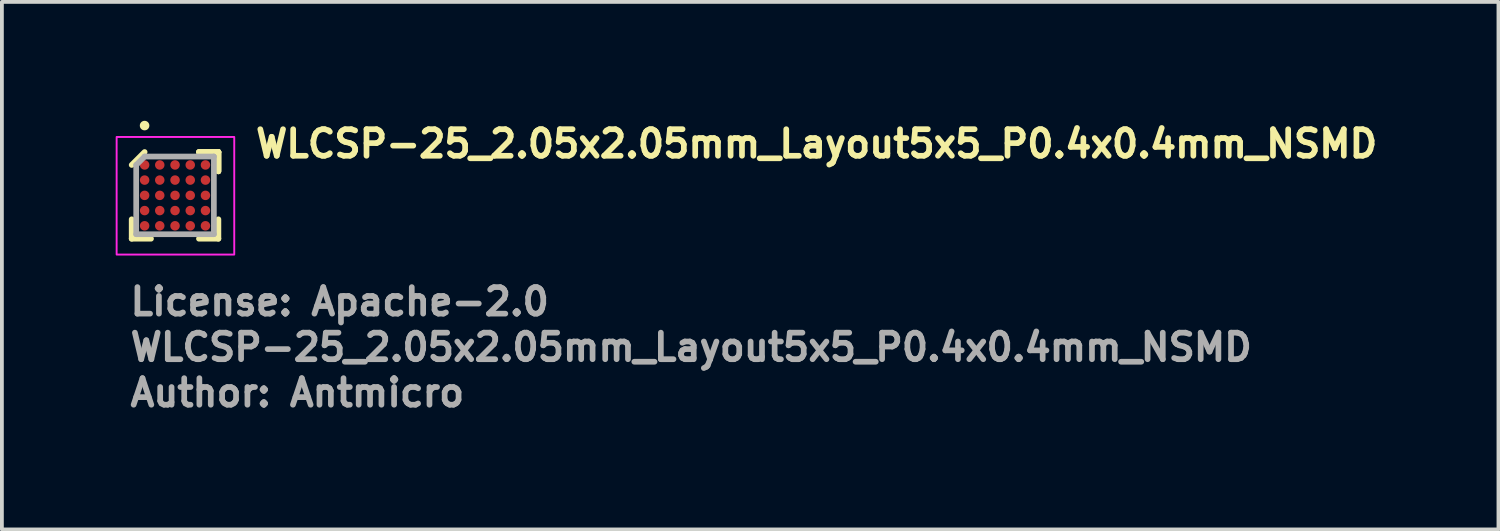
<source format=kicad_pcb>
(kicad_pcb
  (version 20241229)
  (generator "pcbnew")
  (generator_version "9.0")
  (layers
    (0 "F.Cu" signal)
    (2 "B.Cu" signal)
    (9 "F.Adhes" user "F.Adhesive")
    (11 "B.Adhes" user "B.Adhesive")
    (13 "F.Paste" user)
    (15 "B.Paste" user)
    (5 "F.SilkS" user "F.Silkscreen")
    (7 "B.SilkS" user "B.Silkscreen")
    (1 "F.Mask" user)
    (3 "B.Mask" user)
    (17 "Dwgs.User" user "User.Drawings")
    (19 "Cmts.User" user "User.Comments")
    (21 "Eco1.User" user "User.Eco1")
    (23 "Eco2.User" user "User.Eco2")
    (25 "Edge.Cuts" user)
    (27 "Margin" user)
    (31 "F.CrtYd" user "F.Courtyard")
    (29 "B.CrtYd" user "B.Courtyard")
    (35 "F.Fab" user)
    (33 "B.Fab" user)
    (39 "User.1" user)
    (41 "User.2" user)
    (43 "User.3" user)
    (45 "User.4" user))
  (footprint "WLCSP-25_2.05x2.05mm_Layout5x5_P0.4x0.4mm_NSMD"
    (layer "F.Cu")
    (at 1.576 2.112)
    (property "Reference" "WLCSP-25_2.05x2.05mm_Layout5x5_P0.4x0.4mm_NSMD" (at 2.038 -0.962 0) (layer "F.SilkS") (effects (font (size 0.7 0.7) (thickness 0.15)) (justify left bottom)))
    (attr smd)
    (fp_line (start -1.154 1.132) (end -1.154 0.62) (stroke (width 0.15) (type solid)) (layer "F.SilkS"))
    (fp_line (start -0.813 -1.154) (end -1.154 -0.813) (stroke (width 0.15) (type solid)) (layer "F.SilkS"))
    (fp_line (start -0.645 1.132) (end -1.154 1.132) (stroke (width 0.15) (type solid)) (layer "F.SilkS"))
    (fp_line (start 0.62 -1.154) (end 1.132 -1.154) (stroke (width 0.15) (type solid)) (layer "F.SilkS"))
    (fp_line (start 0.62 -1.154) (end 1.132 -1.154) (stroke (width 0.15) (type solid)) (layer "F.SilkS"))
    (fp_line (start 0.62 -1.154) (end 1.132 -1.154) (stroke (width 0.15) (type solid)) (layer "F.SilkS"))
    (fp_line (start 0.62 1.132) (end 1.132 1.132) (stroke (width 0.15) (type solid)) (layer "F.SilkS"))
    (fp_line (start 1.132 -1.154) (end 1.132 -0.645) (stroke (width 0.15) (type solid)) (layer "F.SilkS"))
    (fp_line (start 1.132 -1.154) (end 1.132 -0.645) (stroke (width 0.15) (type solid)) (layer "F.SilkS"))
    (fp_line (start 1.132 -1.154) (end 1.132 -0.645) (stroke (width 0.15) (type solid)) (layer "F.SilkS"))
    (fp_line (start 1.132 1.132) (end 1.132 0.62) (stroke (width 0.15) (type solid)) (layer "F.SilkS"))
    (fp_circle (center -0.814 -1.851) (end -0.763 -1.851) (stroke (width 0.15) (type solid)) (fill yes) (layer "F.SilkS"))
    (fp_rect (start -1.551 -1.551) (end 1.55 1.55) (stroke (width 0.05) (type solid)) (fill no) (layer "F.CrtYd"))
    (fp_line (start -1.035 -0.813) (end -1.035 1.013) (stroke (width 0.15) (type solid)) (layer "F.Fab"))
    (fp_line (start -1.035 1.013) (end 1.013 1.013) (stroke (width 0.15) (type solid)) (layer "F.Fab"))
    (fp_line (start -0.813 -1.035) (end -1.035 -0.813) (stroke (width 0.15) (type solid)) (layer "F.Fab"))
    (fp_line (start 1.013 -1.035) (end -0.813 -1.035) (stroke (width 0.15) (type solid)) (layer "F.Fab"))
    (fp_line (start 1.013 1.013) (end 1.013 -1.035) (stroke (width 0.15) (type solid)) (layer "F.Fab"))
    (fp_rect (start -1.051 -1.051) (end 1.05 1.05) (stroke (width 0.1) (type solid)) (fill no) (layer "User.5"))
    (fp_rect (start -1.051 -1.051) (end 1.05 1.05) (stroke (width 0.1) (type solid)) (fill no) (layer "User.5"))
    (fp_line (start -1.051 -1.051) (end -1.051 1.05) (stroke (width 0.02) (type solid)) (layer "User.9"))
    (fp_line (start -1.051 -1.051) (end 1.05 -1.051) (stroke (width 0.02) (type solid)) (layer "User.9"))
    (fp_line (start -1.051 1.05) (end 1.05 1.05) (stroke (width 0.02) (type solid)) (layer "User.9"))
    (fp_line (start -0.951 -0.817) (end -0.951 -0.809) (stroke (width 0.02) (type solid)) (layer "User.9"))
    (fp_line (start -0.951 -0.809) (end -0.951 -0.802) (stroke (width 0.02) (type solid)) (layer "User.9"))
    (fp_line (start -0.951 -0.802) (end -0.951 -0.802) (stroke (width 0.02) (type solid)) (layer "User.9"))
    (fp_line (start -0.951 -0.802) (end -0.951 -0.802) (stroke (width 0.02) (type solid)) (layer "User.9"))
    (fp_line (start -0.951 -0.802) (end -0.951 -0.794) (stroke (width 0.02) (type solid)) (layer "User.9"))
    (fp_line (start -0.951 -0.794) (end -0.951 -0.786) (stroke (width 0.02) (type solid)) (layer "User.9"))
    (fp_line (start -0.951 -0.786) (end -0.95 -0.779) (stroke (width 0.02) (type solid)) (layer "User.9"))
    (fp_line (start -0.95 -0.824) (end -0.951 -0.817) (stroke (width 0.02) (type solid)) (layer "User.9"))
    (fp_line (start -0.95 -0.779) (end -0.948 -0.771) (stroke (width 0.02) (type solid)) (layer "User.9"))
    (fp_line (start -0.948 -0.832) (end -0.95 -0.824) (stroke (width 0.02) (type solid)) (layer "User.9"))
    (fp_line (start -0.948 -0.771) (end -0.947 -0.763) (stroke (width 0.02) (type solid)) (layer "User.9"))
    (fp_line (start -0.947 -0.838) (end -0.948 -0.832) (stroke (width 0.02) (type solid)) (layer "User.9"))
    (fp_line (start -0.947 -0.763) (end -0.945 -0.756) (stroke (width 0.02) (type solid)) (layer "User.9"))
    (fp_line (start -0.945 -0.845) (end -0.947 -0.838) (stroke (width 0.02) (type solid)) (layer "User.9"))
    (fp_line (start -0.945 -0.756) (end -0.942 -0.749) (stroke (width 0.02) (type solid)) (layer "User.9"))
    (fp_line (start -0.942 -0.852) (end -0.945 -0.845) (stroke (width 0.02) (type solid)) (layer "User.9"))
    (fp_line (start -0.942 -0.749) (end -0.94 -0.742) (stroke (width 0.02) (type solid)) (layer "User.9"))
    (fp_line (start -0.94 -0.859) (end -0.942 -0.852) (stroke (width 0.02) (type solid)) (layer "User.9"))
    (fp_line (start -0.94 -0.742) (end -0.937 -0.735) (stroke (width 0.02) (type solid)) (layer "User.9"))
    (fp_line (start -0.937 -0.866) (end -0.94 -0.859) (stroke (width 0.02) (type solid)) (layer "User.9"))
    (fp_line (start -0.937 -0.735) (end -0.933 -0.729) (stroke (width 0.02) (type solid)) (layer "User.9"))
    (fp_line (start -0.933 -0.872) (end -0.937 -0.866) (stroke (width 0.02) (type solid)) (layer "User.9"))
    (fp_line (start -0.933 -0.729) (end -0.93 -0.723) (stroke (width 0.02) (type solid)) (layer "User.9"))
    (fp_line (start -0.93 -0.878) (end -0.933 -0.872) (stroke (width 0.02) (type solid)) (layer "User.9"))
    (fp_line (start -0.93 -0.723) (end -0.926 -0.717) (stroke (width 0.02) (type solid)) (layer "User.9"))
    (fp_line (start -0.926 -0.884) (end -0.93 -0.878) (stroke (width 0.02) (type solid)) (layer "User.9"))
    (fp_line (start -0.926 -0.717) (end -0.922 -0.711) (stroke (width 0.02) (type solid)) (layer "User.9"))
    (fp_line (start -0.922 -0.89) (end -0.926 -0.884) (stroke (width 0.02) (type solid)) (layer "User.9"))
    (fp_line (start -0.922 -0.711) (end -0.917 -0.705) (stroke (width 0.02) (type solid)) (layer "User.9"))
    (fp_line (start -0.917 -0.896) (end -0.922 -0.89) (stroke (width 0.02) (type solid)) (layer "User.9"))
    (fp_line (start -0.917 -0.705) (end -0.913 -0.701) (stroke (width 0.02) (type solid)) (layer "User.9"))
    (fp_line (start -0.913 -0.902) (end -0.917 -0.896) (stroke (width 0.02) (type solid)) (layer "User.9"))
    (fp_line (start -0.913 -0.701) (end -0.908 -0.695) (stroke (width 0.02) (type solid)) (layer "User.9"))
    (fp_line (start -0.908 -0.908) (end -0.913 -0.902) (stroke (width 0.02) (type solid)) (layer "User.9"))
    (fp_line (start -0.908 -0.695) (end -0.902 -0.69) (stroke (width 0.02) (type solid)) (layer "User.9"))
    (fp_line (start -0.902 -0.913) (end -0.908 -0.908) (stroke (width 0.02) (type solid)) (layer "User.9"))
    (fp_line (start -0.902 -0.69) (end -0.896 -0.686) (stroke (width 0.02) (type solid)) (layer "User.9"))
    (fp_line (start -0.896 -0.917) (end -0.902 -0.913) (stroke (width 0.02) (type solid)) (layer "User.9"))
    (fp_line (start -0.896 -0.686) (end -0.89 -0.681) (stroke (width 0.02) (type solid)) (layer "User.9"))
    (fp_line (start -0.89 -0.922) (end -0.896 -0.917) (stroke (width 0.02) (type solid)) (layer "User.9"))
    (fp_line (start -0.89 -0.681) (end -0.884 -0.677) (stroke (width 0.02) (type solid)) (layer "User.9"))
    (fp_line (start -0.884 -0.926) (end -0.89 -0.922) (stroke (width 0.02) (type solid)) (layer "User.9"))
    (fp_line (start -0.884 -0.677) (end -0.878 -0.673) (stroke (width 0.02) (type solid)) (layer "User.9"))
    (fp_line (start -0.878 -0.93) (end -0.884 -0.926) (stroke (width 0.02) (type solid)) (layer "User.9"))
    (fp_line (start -0.878 -0.673) (end -0.872 -0.67) (stroke (width 0.02) (type solid)) (layer "User.9"))
    (fp_line (start -0.872 -0.933) (end -0.878 -0.93) (stroke (width 0.02) (type solid)) (layer "User.9"))
    (fp_line (start -0.872 -0.67) (end -0.866 -0.666) (stroke (width 0.02) (type solid)) (layer "User.9"))
    (fp_line (start -0.866 -0.937) (end -0.872 -0.933) (stroke (width 0.02) (type solid)) (layer "User.9"))
    (fp_line (start -0.866 -0.666) (end -0.859 -0.663) (stroke (width 0.02) (type solid)) (layer "User.9"))
    (fp_line (start -0.859 -0.94) (end -0.866 -0.937) (stroke (width 0.02) (type solid)) (layer "User.9"))
    (fp_line (start -0.859 -0.663) (end -0.852 -0.661) (stroke (width 0.02) (type solid)) (layer "User.9"))
    (fp_line (start -0.852 -0.942) (end -0.859 -0.94) (stroke (width 0.02) (type solid)) (layer "User.9"))
    (fp_line (start -0.852 -0.661) (end -0.845 -0.658) (stroke (width 0.02) (type solid)) (layer "User.9"))
    (fp_line (start -0.845 -0.945) (end -0.852 -0.942) (stroke (width 0.02) (type solid)) (layer "User.9"))
    (fp_line (start -0.845 -0.658) (end -0.838 -0.656) (stroke (width 0.02) (type solid)) (layer "User.9"))
    (fp_line (start -0.838 -0.947) (end -0.845 -0.945) (stroke (width 0.02) (type solid)) (layer "User.9"))
    (fp_line (start -0.838 -0.656) (end -0.832 -0.655) (stroke (width 0.02) (type solid)) (layer "User.9"))
    (fp_line (start -0.832 -0.948) (end -0.838 -0.947) (stroke (width 0.02) (type solid)) (layer "User.9"))
    (fp_line (start -0.832 -0.655) (end -0.824 -0.653) (stroke (width 0.02) (type solid)) (layer "User.9"))
    (fp_line (start -0.824 -0.95) (end -0.832 -0.948) (stroke (width 0.02) (type solid)) (layer "User.9"))
    (fp_line (start -0.824 -0.653) (end -0.817 -0.652) (stroke (width 0.02) (type solid)) (layer "User.9"))
    (fp_line (start -0.817 -0.951) (end -0.824 -0.95) (stroke (width 0.02) (type solid)) (layer "User.9"))
    (fp_line (start -0.817 -0.652) (end -0.809 -0.652) (stroke (width 0.02) (type solid)) (layer "User.9"))
    (fp_line (start -0.809 -0.951) (end -0.817 -0.951) (stroke (width 0.02) (type solid)) (layer "User.9"))
    (fp_line (start -0.809 -0.652) (end -0.802 -0.652) (stroke (width 0.02) (type solid)) (layer "User.9"))
    (fp_line (start -0.802 -0.951) (end -0.809 -0.951) (stroke (width 0.02) (type solid)) (layer "User.9"))
    (fp_line (start -0.802 -0.951) (end -0.802 -0.951) (stroke (width 0.02) (type solid)) (layer "User.9"))
    (fp_line (start -0.802 -0.652) (end -0.802 -0.652) (stroke (width 0.02) (type solid)) (layer "User.9"))
    (fp_line (start -0.802 -0.652) (end -0.794 -0.652) (stroke (width 0.02) (type solid)) (layer "User.9"))
    (fp_line (start -0.794 -0.951) (end -0.802 -0.951) (stroke (width 0.02) (type solid)) (layer "User.9"))
    (fp_line (start -0.794 -0.652) (end -0.786 -0.652) (stroke (width 0.02) (type solid)) (layer "User.9"))
    (fp_line (start -0.786 -0.951) (end -0.794 -0.951) (stroke (width 0.02) (type solid)) (layer "User.9"))
    (fp_line (start -0.786 -0.652) (end -0.779 -0.653) (stroke (width 0.02) (type solid)) (layer "User.9"))
    (fp_line (start -0.779 -0.95) (end -0.786 -0.951) (stroke (width 0.02) (type solid)) (layer "User.9"))
    (fp_line (start -0.779 -0.653) (end -0.771 -0.655) (stroke (width 0.02) (type solid)) (layer "User.9"))
    (fp_line (start -0.771 -0.948) (end -0.779 -0.95) (stroke (width 0.02) (type solid)) (layer "User.9"))
    (fp_line (start -0.771 -0.655) (end -0.763 -0.656) (stroke (width 0.02) (type solid)) (layer "User.9"))
    (fp_line (start -0.763 -0.947) (end -0.771 -0.948) (stroke (width 0.02) (type solid)) (layer "User.9"))
    (fp_line (start -0.763 -0.656) (end -0.756 -0.658) (stroke (width 0.02) (type solid)) (layer "User.9"))
    (fp_line (start -0.756 -0.945) (end -0.763 -0.947) (stroke (width 0.02) (type solid)) (layer "User.9"))
    (fp_line (start -0.756 -0.658) (end -0.749 -0.661) (stroke (width 0.02) (type solid)) (layer "User.9"))
    (fp_line (start -0.749 -0.942) (end -0.756 -0.945) (stroke (width 0.02) (type solid)) (layer "User.9"))
    (fp_line (start -0.749 -0.661) (end -0.742 -0.663) (stroke (width 0.02) (type solid)) (layer "User.9"))
    (fp_line (start -0.742 -0.94) (end -0.749 -0.942) (stroke (width 0.02) (type solid)) (layer "User.9"))
    (fp_line (start -0.742 -0.663) (end -0.735 -0.666) (stroke (width 0.02) (type solid)) (layer "User.9"))
    (fp_line (start -0.735 -0.937) (end -0.742 -0.94) (stroke (width 0.02) (type solid)) (layer "User.9"))
    (fp_line (start -0.735 -0.666) (end -0.729 -0.67) (stroke (width 0.02) (type solid)) (layer "User.9"))
    (fp_line (start -0.729 -0.933) (end -0.735 -0.937) (stroke (width 0.02) (type solid)) (layer "User.9"))
    (fp_line (start -0.729 -0.67) (end -0.723 -0.673) (stroke (width 0.02) (type solid)) (layer "User.9"))
    (fp_line (start -0.723 -0.93) (end -0.729 -0.933) (stroke (width 0.02) (type solid)) (layer "User.9"))
    (fp_line (start -0.723 -0.673) (end -0.717 -0.677) (stroke (width 0.02) (type solid)) (layer "User.9"))
    (fp_line (start -0.717 -0.926) (end -0.723 -0.93) (stroke (width 0.02) (type solid)) (layer "User.9"))
    (fp_line (start -0.717 -0.677) (end -0.711 -0.681) (stroke (width 0.02) (type solid)) (layer "User.9"))
    (fp_line (start -0.711 -0.922) (end -0.717 -0.926) (stroke (width 0.02) (type solid)) (layer "User.9"))
    (fp_line (start -0.711 -0.681) (end -0.705 -0.686) (stroke (width 0.02) (type solid)) (layer "User.9"))
    (fp_line (start -0.705 -0.917) (end -0.711 -0.922) (stroke (width 0.02) (type solid)) (layer "User.9"))
    (fp_line (start -0.705 -0.686) (end -0.701 -0.69) (stroke (width 0.02) (type solid)) (layer "User.9"))
    (fp_line (start -0.701 -0.913) (end -0.705 -0.917) (stroke (width 0.02) (type solid)) (layer "User.9"))
    (fp_line (start -0.701 -0.69) (end -0.695 -0.695) (stroke (width 0.02) (type solid)) (layer "User.9"))
    (fp_line (start -0.695 -0.908) (end -0.701 -0.913) (stroke (width 0.02) (type solid)) (layer "User.9"))
    (fp_line (start -0.695 -0.695) (end -0.69 -0.701) (stroke (width 0.02) (type solid)) (layer "User.9"))
    (fp_line (start -0.69 -0.902) (end -0.695 -0.908) (stroke (width 0.02) (type solid)) (layer "User.9"))
    (fp_line (start -0.69 -0.701) (end -0.686 -0.705) (stroke (width 0.02) (type solid)) (layer "User.9"))
    (fp_line (start -0.686 -0.896) (end -0.69 -0.902) (stroke (width 0.02) (type solid)) (layer "User.9"))
    (fp_line (start -0.686 -0.705) (end -0.681 -0.711) (stroke (width 0.02) (type solid)) (layer "User.9"))
    (fp_line (start -0.681 -0.89) (end -0.686 -0.896) (stroke (width 0.02) (type solid)) (layer "User.9"))
    (fp_line (start -0.681 -0.711) (end -0.677 -0.717) (stroke (width 0.02) (type solid)) (layer "User.9"))
    (fp_line (start -0.677 -0.884) (end -0.681 -0.89) (stroke (width 0.02) (type solid)) (layer "User.9"))
    (fp_line (start -0.677 -0.717) (end -0.673 -0.723) (stroke (width 0.02) (type solid)) (layer "User.9"))
    (fp_line (start -0.673 -0.878) (end -0.677 -0.884) (stroke (width 0.02) (type solid)) (layer "User.9"))
    (fp_line (start -0.673 -0.723) (end -0.67 -0.729) (stroke (width 0.02) (type solid)) (layer "User.9"))
    (fp_line (start -0.67 -0.872) (end -0.673 -0.878) (stroke (width 0.02) (type solid)) (layer "User.9"))
    (fp_line (start -0.67 -0.729) (end -0.666 -0.735) (stroke (width 0.02) (type solid)) (layer "User.9"))
    (fp_line (start -0.666 -0.866) (end -0.67 -0.872) (stroke (width 0.02) (type solid)) (layer "User.9"))
    (fp_line (start -0.666 -0.735) (end -0.663 -0.742) (stroke (width 0.02) (type solid)) (layer "User.9"))
    (fp_line (start -0.663 -0.859) (end -0.666 -0.866) (stroke (width 0.02) (type solid)) (layer "User.9"))
    (fp_line (start -0.663 -0.742) (end -0.661 -0.749) (stroke (width 0.02) (type solid)) (layer "User.9"))
    (fp_line (start -0.661 -0.852) (end -0.663 -0.859) (stroke (width 0.02) (type solid)) (layer "User.9"))
    (fp_line (start -0.661 -0.749) (end -0.658 -0.756) (stroke (width 0.02) (type solid)) (layer "User.9"))
    (fp_line (start -0.658 -0.845) (end -0.661 -0.852) (stroke (width 0.02) (type solid)) (layer "User.9"))
    (fp_line (start -0.658 -0.756) (end -0.656 -0.763) (stroke (width 0.02) (type solid)) (layer "User.9"))
    (fp_line (start -0.656 -0.838) (end -0.658 -0.845) (stroke (width 0.02) (type solid)) (layer "User.9"))
    (fp_line (start -0.656 -0.763) (end -0.655 -0.771) (stroke (width 0.02) (type solid)) (layer "User.9"))
    (fp_line (start -0.655 -0.832) (end -0.656 -0.838) (stroke (width 0.02) (type solid)) (layer "User.9"))
    (fp_line (start -0.655 -0.771) (end -0.653 -0.779) (stroke (width 0.02) (type solid)) (layer "User.9"))
    (fp_line (start -0.653 -0.824) (end -0.655 -0.832) (stroke (width 0.02) (type solid)) (layer "User.9"))
    (fp_line (start -0.653 -0.779) (end -0.652 -0.786) (stroke (width 0.02) (type solid)) (layer "User.9"))
    (fp_line (start -0.652 -0.817) (end -0.653 -0.824) (stroke (width 0.02) (type solid)) (layer "User.9"))
    (fp_line (start -0.652 -0.809) (end -0.652 -0.817) (stroke (width 0.02) (type solid)) (layer "User.9"))
    (fp_line (start -0.652 -0.802) (end -0.652 -0.809) (stroke (width 0.02) (type solid)) (layer "User.9"))
    (fp_line (start -0.652 -0.802) (end -0.652 -0.802) (stroke (width 0.02) (type solid)) (layer "User.9"))
    (fp_line (start -0.652 -0.794) (end -0.652 -0.802) (stroke (width 0.02) (type solid)) (layer "User.9"))
    (fp_line (start -0.652 -0.786) (end -0.652 -0.794) (stroke (width 0.02) (type solid)) (layer "User.9"))
    (fp_line (start 1.05 -1.051) (end 1.05 1.05) (stroke (width 0.02) (type solid)) (layer "User.9"))
    (fp_text user "${REFERENCE}" (at -1.268 4.402 0) (layer "F.Fab") (effects (font (size 0.7 0.7) (thickness 0.15)) (justify left bottom)))
    (fp_text user "License: Apache-2.0" (at -1.268 3.201 0) (layer "F.Fab") (effects (font (size 0.7 0.7) (thickness 0.15)) (justify left bottom)))
    (fp_text user "Author: Antmicro" (at -1.268 5.602 0) (layer "F.Fab") (effects (font (size 0.7 0.7) (thickness 0.15)) (justify left bottom)))
    (pad "A1" smd circle (at -0.813 -0.813) (size 0.25 0.25) (layers "F.Cu" "F.Mask" "F.Paste"))
    (pad "A2" smd circle (at -0.414 -0.813) (size 0.25 0.25) (layers "F.Cu" "F.Mask" "F.Paste"))
    (pad "A3" smd circle (at -0.011 -0.813) (size 0.25 0.25) (layers "F.Cu" "F.Mask" "F.Paste"))
    (pad "A4" smd circle (at 0.39 -0.813) (size 0.25 0.25) (layers "F.Cu" "F.Mask" "F.Paste"))
    (pad "A5" smd circle (at 0.791 -0.813) (size 0.25 0.25) (layers "F.Cu" "F.Mask" "F.Paste"))
    (pad "B1" smd circle (at -0.813 -0.414) (size 0.25 0.25) (layers "F.Cu" "F.Mask" "F.Paste"))
    (pad "B2" smd circle (at -0.414 -0.414) (size 0.25 0.25) (layers "F.Cu" "F.Mask" "F.Paste"))
    (pad "B3" smd circle (at -0.011 -0.414) (size 0.25 0.25) (layers "F.Cu" "F.Mask" "F.Paste"))
    (pad "B4" smd circle (at 0.39 -0.414) (size 0.25 0.25) (layers "F.Cu" "F.Mask" "F.Paste"))
    (pad "B5" smd circle (at 0.791 -0.414) (size 0.25 0.25) (layers "F.Cu" "F.Mask" "F.Paste"))
    (pad "C1" smd circle (at -0.813 -0.011) (size 0.25 0.25) (layers "F.Cu" "F.Mask" "F.Paste"))
    (pad "C2" smd circle (at -0.414 -0.011) (size 0.25 0.25) (layers "F.Cu" "F.Mask" "F.Paste"))
    (pad "C3" smd circle (at -0.011 -0.011) (size 0.25 0.25) (layers "F.Cu" "F.Mask" "F.Paste"))
    (pad "C4" smd circle (at 0.39 -0.011) (size 0.25 0.25) (layers "F.Cu" "F.Mask" "F.Paste"))
    (pad "C5" smd circle (at 0.791 -0.011) (size 0.25 0.25) (layers "F.Cu" "F.Mask" "F.Paste"))
    (pad "D1" smd circle (at -0.813 0.39) (size 0.25 0.25) (layers "F.Cu" "F.Mask" "F.Paste"))
    (pad "D2" smd circle (at -0.414 0.39) (size 0.25 0.25) (layers "F.Cu" "F.Mask" "F.Paste"))
    (pad "D3" smd circle (at -0.011 0.39) (size 0.25 0.25) (layers "F.Cu" "F.Mask" "F.Paste"))
    (pad "D4" smd circle (at 0.39 0.39) (size 0.25 0.25) (layers "F.Cu" "F.Mask" "F.Paste"))
    (pad "D5" smd circle (at 0.791 0.39) (size 0.25 0.25) (layers "F.Cu" "F.Mask" "F.Paste"))
    (pad "E1" smd circle (at -0.813 0.791) (size 0.25 0.25) (layers "F.Cu" "F.Mask" "F.Paste"))
    (pad "E2" smd circle (at -0.414 0.791) (size 0.25 0.25) (layers "F.Cu" "F.Mask" "F.Paste"))
    (pad "E3" smd circle (at -0.011 0.791) (size 0.25 0.25) (layers "F.Cu" "F.Mask" "F.Paste"))
    (pad "E4" smd circle (at 0.39 0.791) (size 0.25 0.25) (layers "F.Cu" "F.Mask" "F.Paste"))
    (pad "E5" smd circle (at 0.791 0.791) (size 0.25 0.25) (layers "F.Cu" "F.Mask" "F.Paste")))
  (gr_rect
    (start -3 -3)
    (end 36.457 10.909)
    (stroke (width 0.1) (type default))
    (fill no)
    (layer "Edge.Cuts")))
</source>
